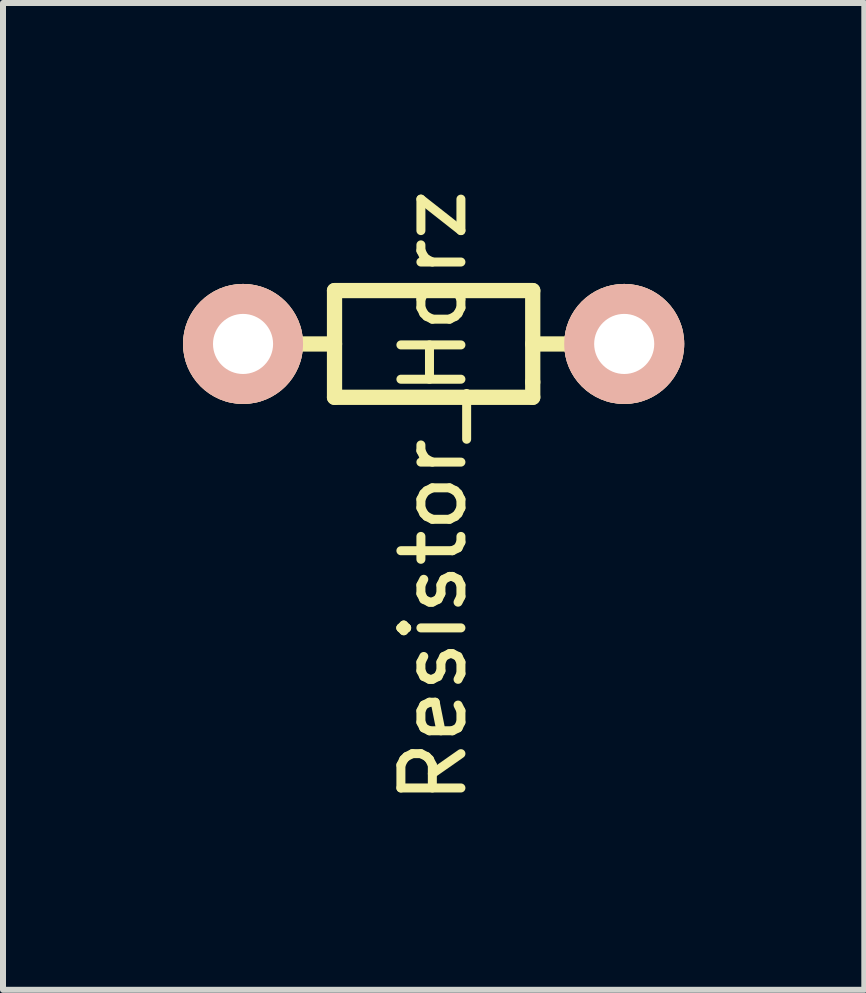
<source format=kicad_pcb>
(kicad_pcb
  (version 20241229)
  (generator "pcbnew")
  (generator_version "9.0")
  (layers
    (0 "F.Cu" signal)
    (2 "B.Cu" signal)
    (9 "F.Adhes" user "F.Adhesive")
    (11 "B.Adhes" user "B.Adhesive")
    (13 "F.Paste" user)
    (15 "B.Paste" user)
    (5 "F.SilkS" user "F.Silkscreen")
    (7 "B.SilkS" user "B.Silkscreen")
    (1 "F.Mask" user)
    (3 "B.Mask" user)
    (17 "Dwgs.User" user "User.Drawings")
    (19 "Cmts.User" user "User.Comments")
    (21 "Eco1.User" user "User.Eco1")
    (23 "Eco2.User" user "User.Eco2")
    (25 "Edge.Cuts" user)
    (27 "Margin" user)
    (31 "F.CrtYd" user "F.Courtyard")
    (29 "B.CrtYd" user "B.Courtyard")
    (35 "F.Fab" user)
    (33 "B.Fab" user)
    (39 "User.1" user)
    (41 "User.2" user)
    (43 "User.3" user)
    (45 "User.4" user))
  (footprint "Resistor_Horz"
    (layer "F.Cu")
    (at 4.174 2.68)
    (property "Reference" "Resistor_Horz" (at 0 2.54 90) (layer "F.SilkS") (effects (font (size 1 1) (thickness 0.15))))
    (attr through_hole)
    (fp_line (start -1.651 -0.889) (end 1.651 -0.889) (stroke (width 0.254) (type solid)) (layer "F.SilkS"))
    (fp_line (start -1.651 0) (end -2.413 0) (stroke (width 0.254) (type solid)) (layer "F.SilkS"))
    (fp_line (start -1.651 0.889) (end -1.651 -0.889) (stroke (width 0.254) (type solid)) (layer "F.SilkS"))
    (fp_line (start 1.651 -0.889) (end 1.651 0.635) (stroke (width 0.254) (type solid)) (layer "F.SilkS"))
    (fp_line (start 1.651 0) (end 2.413 0) (stroke (width 0.254) (type solid)) (layer "F.SilkS"))
    (fp_line (start 1.651 0.889) (end -1.651 0.889) (stroke (width 0.254) (type solid)) (layer "F.SilkS"))
    (fp_line (start 1.651 0.889) (end 1.651 0.635) (stroke (width 0.254) (type solid)) (layer "F.SilkS"))
    (pad "1" thru_hole circle (at -3.175 0) (size 1.999 1.999) (drill 1.001) (layers "*.Cu" "*.SilkS" "*.Mask"))
    (pad "2" thru_hole circle (at 3.175 0) (size 1.999 1.999) (drill 1.001) (layers "*.Cu" "*.SilkS" "*.Mask")))
  (gr_rect
    (start -3 -3)
    (end 11.349 13.44)
    (stroke (width 0.1) (type default))
    (fill no)
    (layer "Edge.Cuts")))
</source>
